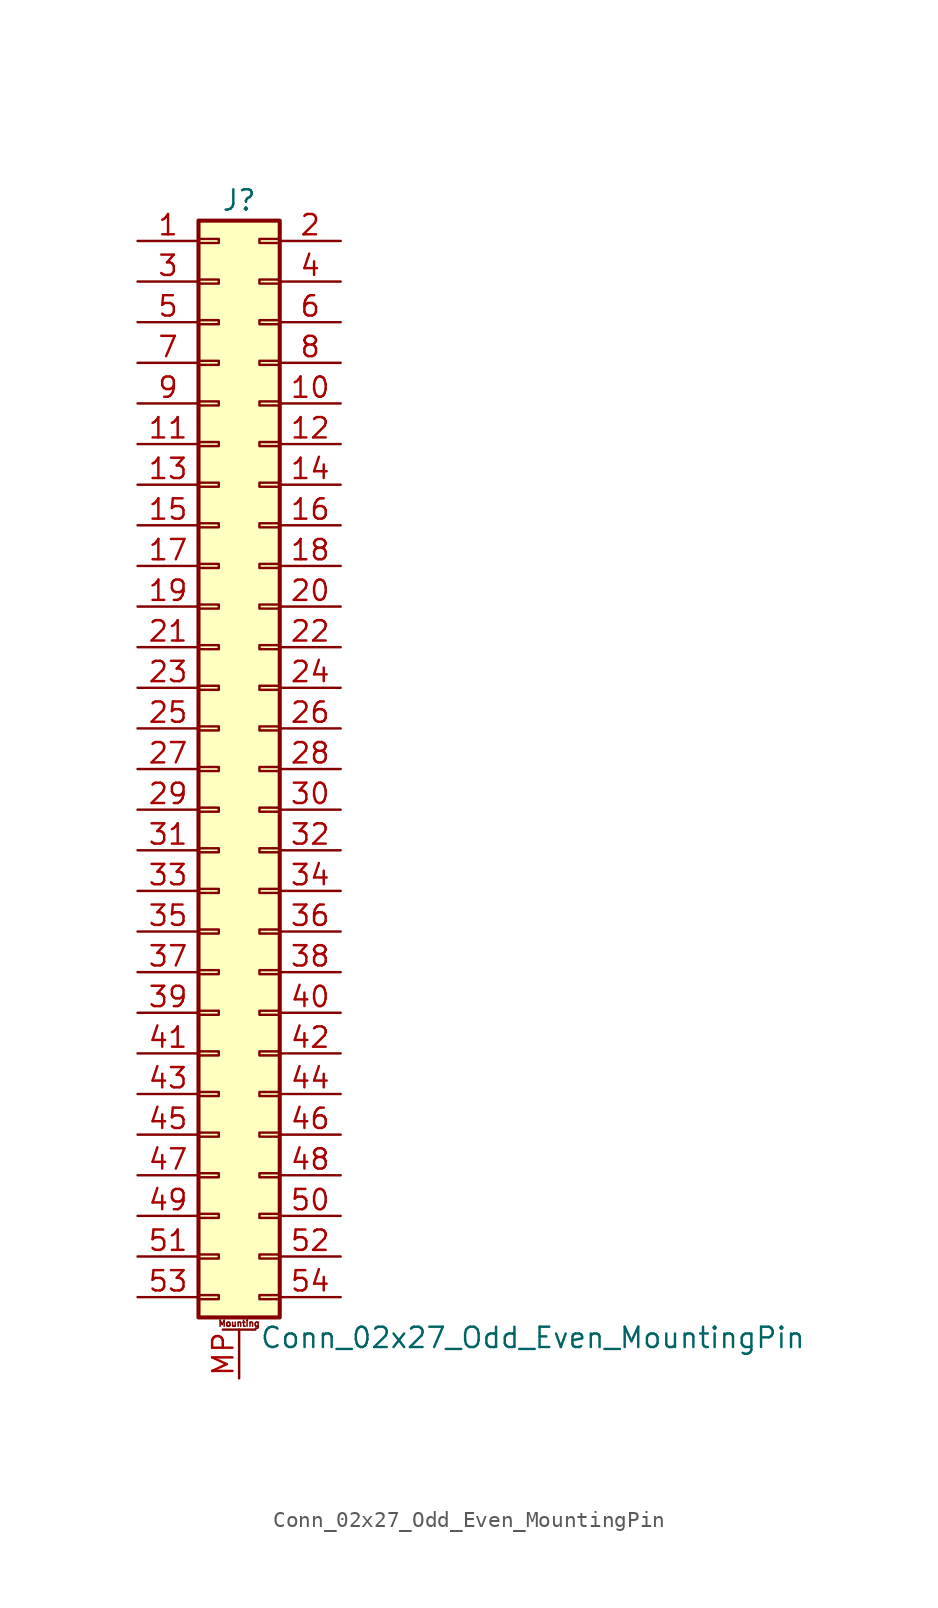
<source format=kicad_sym>
(kicad_symbol_lib
  (version 20201005)
  (generator kicad_symbol_editor)
  (symbol "Conn_02x27_Odd_Even_MountingPin"
    (pin_names
      (offset 1.016) hide)
    (property "Reference" "J"
      (at 1.27 35.56 0)
      (effects (font (size 1.27 1.27))))
    (property "Value" "Conn_02x27_Odd_Even_MountingPin"
      (at 2.54 -35.56 0)
      (effects (font (size 1.27 1.27)) (justify left)))
    (symbol "Conn_02x27_Odd_Even_MountingPin_1_1"
      (text "Mounting" (at 1.27 -34.671 0) (effects (font (size 0.381 0.381))))
      (rectangle (start -1.27 -32.893) (end 0 -33.147) (stroke (width 0.152)) (fill (type none)))
      (rectangle (start -1.27 -30.353) (end 0 -30.607) (stroke (width 0.152)) (fill (type none)))
      (rectangle (start -1.27 -27.813) (end 0 -28.067) (stroke (width 0.152)) (fill (type none)))
      (rectangle (start -1.27 -25.273) (end 0 -25.527) (stroke (width 0.152)) (fill (type none)))
      (rectangle (start -1.27 -22.733) (end 0 -22.987) (stroke (width 0.152)) (fill (type none)))
      (rectangle (start -1.27 -20.193) (end 0 -20.447) (stroke (width 0.152)) (fill (type none)))
      (rectangle (start -1.27 -17.653) (end 0 -17.907) (stroke (width 0.152)) (fill (type none)))
      (rectangle (start -1.27 -15.113) (end 0 -15.367) (stroke (width 0.152)) (fill (type none)))
      (rectangle (start -1.27 -12.573) (end 0 -12.827) (stroke (width 0.152)) (fill (type none)))
      (rectangle (start -1.27 -10.033) (end 0 -10.287) (stroke (width 0.152)) (fill (type none)))
      (rectangle (start -1.27 -7.493) (end 0 -7.747) (stroke (width 0.152)) (fill (type none)))
      (rectangle (start -1.27 -4.953) (end 0 -5.207) (stroke (width 0.152)) (fill (type none)))
      (rectangle (start -1.27 -2.413) (end 0 -2.667) (stroke (width 0.152)) (fill (type none)))
      (rectangle (start -1.27 0.127) (end 0 -0.127) (stroke (width 0.152)) (fill (type none)))
      (rectangle (start -1.27 2.667) (end 0 2.413) (stroke (width 0.152)) (fill (type none)))
      (rectangle (start -1.27 5.207) (end 0 4.953) (stroke (width 0.152)) (fill (type none)))
      (rectangle (start -1.27 7.747) (end 0 7.493) (stroke (width 0.152)) (fill (type none)))
      (rectangle (start -1.27 10.287) (end 0 10.033) (stroke (width 0.152)) (fill (type none)))
      (rectangle (start -1.27 12.827) (end 0 12.573) (stroke (width 0.152)) (fill (type none)))
      (rectangle (start -1.27 15.367) (end 0 15.113) (stroke (width 0.152)) (fill (type none)))
      (rectangle (start -1.27 17.907) (end 0 17.653) (stroke (width 0.152)) (fill (type none)))
      (rectangle (start -1.27 20.447) (end 0 20.193) (stroke (width 0.152)) (fill (type none)))
      (rectangle (start -1.27 22.987) (end 0 22.733) (stroke (width 0.152)) (fill (type none)))
      (rectangle (start -1.27 25.527) (end 0 25.273) (stroke (width 0.152)) (fill (type none)))
      (rectangle (start -1.27 28.067) (end 0 27.813) (stroke (width 0.152)) (fill (type none)))
      (rectangle (start -1.27 30.607) (end 0 30.353) (stroke (width 0.152)) (fill (type none)))
      (rectangle (start -1.27 33.147) (end 0 32.893) (stroke (width 0.152)) (fill (type none)))
      (rectangle (start -1.27 34.29) (end 3.81 -34.29) (stroke (width 0.254)) (fill (type background)))
      (rectangle (start 3.81 -32.893) (end 2.54 -33.147) (stroke (width 0.152)) (fill (type none)))
      (rectangle (start 3.81 -30.353) (end 2.54 -30.607) (stroke (width 0.152)) (fill (type none)))
      (rectangle (start 3.81 -27.813) (end 2.54 -28.067) (stroke (width 0.152)) (fill (type none)))
      (rectangle (start 3.81 -25.273) (end 2.54 -25.527) (stroke (width 0.152)) (fill (type none)))
      (rectangle (start 3.81 -22.733) (end 2.54 -22.987) (stroke (width 0.152)) (fill (type none)))
      (rectangle (start 3.81 -20.193) (end 2.54 -20.447) (stroke (width 0.152)) (fill (type none)))
      (rectangle (start 3.81 -17.653) (end 2.54 -17.907) (stroke (width 0.152)) (fill (type none)))
      (rectangle (start 3.81 -15.113) (end 2.54 -15.367) (stroke (width 0.152)) (fill (type none)))
      (rectangle (start 3.81 -12.573) (end 2.54 -12.827) (stroke (width 0.152)) (fill (type none)))
      (rectangle (start 3.81 -10.033) (end 2.54 -10.287) (stroke (width 0.152)) (fill (type none)))
      (rectangle (start 3.81 -7.493) (end 2.54 -7.747) (stroke (width 0.152)) (fill (type none)))
      (rectangle (start 3.81 -4.953) (end 2.54 -5.207) (stroke (width 0.152)) (fill (type none)))
      (rectangle (start 3.81 -2.413) (end 2.54 -2.667) (stroke (width 0.152)) (fill (type none)))
      (rectangle (start 3.81 0.127) (end 2.54 -0.127) (stroke (width 0.152)) (fill (type none)))
      (rectangle (start 3.81 2.667) (end 2.54 2.413) (stroke (width 0.152)) (fill (type none)))
      (rectangle (start 3.81 5.207) (end 2.54 4.953) (stroke (width 0.152)) (fill (type none)))
      (rectangle (start 3.81 7.747) (end 2.54 7.493) (stroke (width 0.152)) (fill (type none)))
      (rectangle (start 3.81 10.287) (end 2.54 10.033) (stroke (width 0.152)) (fill (type none)))
      (rectangle (start 3.81 12.827) (end 2.54 12.573) (stroke (width 0.152)) (fill (type none)))
      (rectangle (start 3.81 15.367) (end 2.54 15.113) (stroke (width 0.152)) (fill (type none)))
      (rectangle (start 3.81 17.907) (end 2.54 17.653) (stroke (width 0.152)) (fill (type none)))
      (rectangle (start 3.81 20.447) (end 2.54 20.193) (stroke (width 0.152)) (fill (type none)))
      (rectangle (start 3.81 22.987) (end 2.54 22.733) (stroke (width 0.152)) (fill (type none)))
      (rectangle (start 3.81 25.527) (end 2.54 25.273) (stroke (width 0.152)) (fill (type none)))
      (rectangle (start 3.81 28.067) (end 2.54 27.813) (stroke (width 0.152)) (fill (type none)))
      (rectangle (start 3.81 30.607) (end 2.54 30.353) (stroke (width 0.152)) (fill (type none)))
      (rectangle (start 3.81 33.147) (end 2.54 32.893) (stroke (width 0.152)) (fill (type none)))
      (polyline (pts (xy 0.254 -35.052) (xy 2.286 -35.052)) (stroke (width 0.152)) (fill (type none)))
      (pin passive line (at -5.08 33.02 0) (length 3.81) (name "Pin_1" (effects (font (size 1.27 1.27)))) (number "1" (effects (font (size 1.27 1.27)))))
      (pin passive line (at 7.62 22.86 180) (length 3.81) (name "Pin_10" (effects (font (size 1.27 1.27)))) (number "10" (effects (font (size 1.27 1.27)))))
      (pin passive line (at -5.08 20.32 0) (length 3.81) (name "Pin_11" (effects (font (size 1.27 1.27)))) (number "11" (effects (font (size 1.27 1.27)))))
      (pin passive line (at 7.62 20.32 180) (length 3.81) (name "Pin_12" (effects (font (size 1.27 1.27)))) (number "12" (effects (font (size 1.27 1.27)))))
      (pin passive line (at -5.08 17.78 0) (length 3.81) (name "Pin_13" (effects (font (size 1.27 1.27)))) (number "13" (effects (font (size 1.27 1.27)))))
      (pin passive line (at 7.62 17.78 180) (length 3.81) (name "Pin_14" (effects (font (size 1.27 1.27)))) (number "14" (effects (font (size 1.27 1.27)))))
      (pin passive line (at -5.08 15.24 0) (length 3.81) (name "Pin_15" (effects (font (size 1.27 1.27)))) (number "15" (effects (font (size 1.27 1.27)))))
      (pin passive line (at 7.62 15.24 180) (length 3.81) (name "Pin_16" (effects (font (size 1.27 1.27)))) (number "16" (effects (font (size 1.27 1.27)))))
      (pin passive line (at -5.08 12.7 0) (length 3.81) (name "Pin_17" (effects (font (size 1.27 1.27)))) (number "17" (effects (font (size 1.27 1.27)))))
      (pin passive line (at 7.62 12.7 180) (length 3.81) (name "Pin_18" (effects (font (size 1.27 1.27)))) (number "18" (effects (font (size 1.27 1.27)))))
      (pin passive line (at -5.08 10.16 0) (length 3.81) (name "Pin_19" (effects (font (size 1.27 1.27)))) (number "19" (effects (font (size 1.27 1.27)))))
      (pin passive line (at 7.62 33.02 180) (length 3.81) (name "Pin_2" (effects (font (size 1.27 1.27)))) (number "2" (effects (font (size 1.27 1.27)))))
      (pin passive line (at 7.62 10.16 180) (length 3.81) (name "Pin_20" (effects (font (size 1.27 1.27)))) (number "20" (effects (font (size 1.27 1.27)))))
      (pin passive line (at -5.08 7.62 0) (length 3.81) (name "Pin_21" (effects (font (size 1.27 1.27)))) (number "21" (effects (font (size 1.27 1.27)))))
      (pin passive line (at 7.62 7.62 180) (length 3.81) (name "Pin_22" (effects (font (size 1.27 1.27)))) (number "22" (effects (font (size 1.27 1.27)))))
      (pin passive line (at -5.08 5.08 0) (length 3.81) (name "Pin_23" (effects (font (size 1.27 1.27)))) (number "23" (effects (font (size 1.27 1.27)))))
      (pin passive line (at 7.62 5.08 180) (length 3.81) (name "Pin_24" (effects (font (size 1.27 1.27)))) (number "24" (effects (font (size 1.27 1.27)))))
      (pin passive line (at -5.08 2.54 0) (length 3.81) (name "Pin_25" (effects (font (size 1.27 1.27)))) (number "25" (effects (font (size 1.27 1.27)))))
      (pin passive line (at 7.62 2.54 180) (length 3.81) (name "Pin_26" (effects (font (size 1.27 1.27)))) (number "26" (effects (font (size 1.27 1.27)))))
      (pin passive line (at -5.08 0 0) (length 3.81) (name "Pin_27" (effects (font (size 1.27 1.27)))) (number "27" (effects (font (size 1.27 1.27)))))
      (pin passive line (at 7.62 0 180) (length 3.81) (name "Pin_28" (effects (font (size 1.27 1.27)))) (number "28" (effects (font (size 1.27 1.27)))))
      (pin passive line (at -5.08 -2.54 0) (length 3.81) (name "Pin_29" (effects (font (size 1.27 1.27)))) (number "29" (effects (font (size 1.27 1.27)))))
      (pin passive line (at -5.08 30.48 0) (length 3.81) (name "Pin_3" (effects (font (size 1.27 1.27)))) (number "3" (effects (font (size 1.27 1.27)))))
      (pin passive line (at 7.62 -2.54 180) (length 3.81) (name "Pin_30" (effects (font (size 1.27 1.27)))) (number "30" (effects (font (size 1.27 1.27)))))
      (pin passive line (at -5.08 -5.08 0) (length 3.81) (name "Pin_31" (effects (font (size 1.27 1.27)))) (number "31" (effects (font (size 1.27 1.27)))))
      (pin passive line (at 7.62 -5.08 180) (length 3.81) (name "Pin_32" (effects (font (size 1.27 1.27)))) (number "32" (effects (font (size 1.27 1.27)))))
      (pin passive line (at -5.08 -7.62 0) (length 3.81) (name "Pin_33" (effects (font (size 1.27 1.27)))) (number "33" (effects (font (size 1.27 1.27)))))
      (pin passive line (at 7.62 -7.62 180) (length 3.81) (name "Pin_34" (effects (font (size 1.27 1.27)))) (number "34" (effects (font (size 1.27 1.27)))))
      (pin passive line (at -5.08 -10.16 0) (length 3.81) (name "Pin_35" (effects (font (size 1.27 1.27)))) (number "35" (effects (font (size 1.27 1.27)))))
      (pin passive line (at 7.62 -10.16 180) (length 3.81) (name "Pin_36" (effects (font (size 1.27 1.27)))) (number "36" (effects (font (size 1.27 1.27)))))
      (pin passive line (at -5.08 -12.7 0) (length 3.81) (name "Pin_37" (effects (font (size 1.27 1.27)))) (number "37" (effects (font (size 1.27 1.27)))))
      (pin passive line (at 7.62 -12.7 180) (length 3.81) (name "Pin_38" (effects (font (size 1.27 1.27)))) (number "38" (effects (font (size 1.27 1.27)))))
      (pin passive line (at -5.08 -15.24 0) (length 3.81) (name "Pin_39" (effects (font (size 1.27 1.27)))) (number "39" (effects (font (size 1.27 1.27)))))
      (pin passive line (at 7.62 30.48 180) (length 3.81) (name "Pin_4" (effects (font (size 1.27 1.27)))) (number "4" (effects (font (size 1.27 1.27)))))
      (pin passive line (at 7.62 -15.24 180) (length 3.81) (name "Pin_40" (effects (font (size 1.27 1.27)))) (number "40" (effects (font (size 1.27 1.27)))))
      (pin passive line (at -5.08 -17.78 0) (length 3.81) (name "Pin_41" (effects (font (size 1.27 1.27)))) (number "41" (effects (font (size 1.27 1.27)))))
      (pin passive line (at 7.62 -17.78 180) (length 3.81) (name "Pin_42" (effects (font (size 1.27 1.27)))) (number "42" (effects (font (size 1.27 1.27)))))
      (pin passive line (at -5.08 -20.32 0) (length 3.81) (name "Pin_43" (effects (font (size 1.27 1.27)))) (number "43" (effects (font (size 1.27 1.27)))))
      (pin passive line (at 7.62 -20.32 180) (length 3.81) (name "Pin_44" (effects (font (size 1.27 1.27)))) (number "44" (effects (font (size 1.27 1.27)))))
      (pin passive line (at -5.08 -22.86 0) (length 3.81) (name "Pin_45" (effects (font (size 1.27 1.27)))) (number "45" (effects (font (size 1.27 1.27)))))
      (pin passive line (at 7.62 -22.86 180) (length 3.81) (name "Pin_46" (effects (font (size 1.27 1.27)))) (number "46" (effects (font (size 1.27 1.27)))))
      (pin passive line (at -5.08 -25.4 0) (length 3.81) (name "Pin_47" (effects (font (size 1.27 1.27)))) (number "47" (effects (font (size 1.27 1.27)))))
      (pin passive line (at 7.62 -25.4 180) (length 3.81) (name "Pin_48" (effects (font (size 1.27 1.27)))) (number "48" (effects (font (size 1.27 1.27)))))
      (pin passive line (at -5.08 -27.94 0) (length 3.81) (name "Pin_49" (effects (font (size 1.27 1.27)))) (number "49" (effects (font (size 1.27 1.27)))))
      (pin passive line (at -5.08 27.94 0) (length 3.81) (name "Pin_5" (effects (font (size 1.27 1.27)))) (number "5" (effects (font (size 1.27 1.27)))))
      (pin passive line (at 7.62 -27.94 180) (length 3.81) (name "Pin_50" (effects (font (size 1.27 1.27)))) (number "50" (effects (font (size 1.27 1.27)))))
      (pin passive line (at -5.08 -30.48 0) (length 3.81) (name "Pin_51" (effects (font (size 1.27 1.27)))) (number "51" (effects (font (size 1.27 1.27)))))
      (pin passive line (at 7.62 -30.48 180) (length 3.81) (name "Pin_52" (effects (font (size 1.27 1.27)))) (number "52" (effects (font (size 1.27 1.27)))))
      (pin passive line (at -5.08 -33.02 0) (length 3.81) (name "Pin_53" (effects (font (size 1.27 1.27)))) (number "53" (effects (font (size 1.27 1.27)))))
      (pin passive line (at 7.62 -33.02 180) (length 3.81) (name "Pin_54" (effects (font (size 1.27 1.27)))) (number "54" (effects (font (size 1.27 1.27)))))
      (pin passive line (at 7.62 27.94 180) (length 3.81) (name "Pin_6" (effects (font (size 1.27 1.27)))) (number "6" (effects (font (size 1.27 1.27)))))
      (pin passive line (at -5.08 25.4 0) (length 3.81) (name "Pin_7" (effects (font (size 1.27 1.27)))) (number "7" (effects (font (size 1.27 1.27)))))
      (pin passive line (at 7.62 25.4 180) (length 3.81) (name "Pin_8" (effects (font (size 1.27 1.27)))) (number "8" (effects (font (size 1.27 1.27)))))
      (pin passive line (at -5.08 22.86 0) (length 3.81) (name "Pin_9" (effects (font (size 1.27 1.27)))) (number "9" (effects (font (size 1.27 1.27)))))
      (pin passive line (at 1.27 -38.1 90) (length 3.048) (name "MountPin" (effects (font (size 1.27 1.27)))) (number "MP" (effects (font (size 1.27 1.27))))))))
</source>
